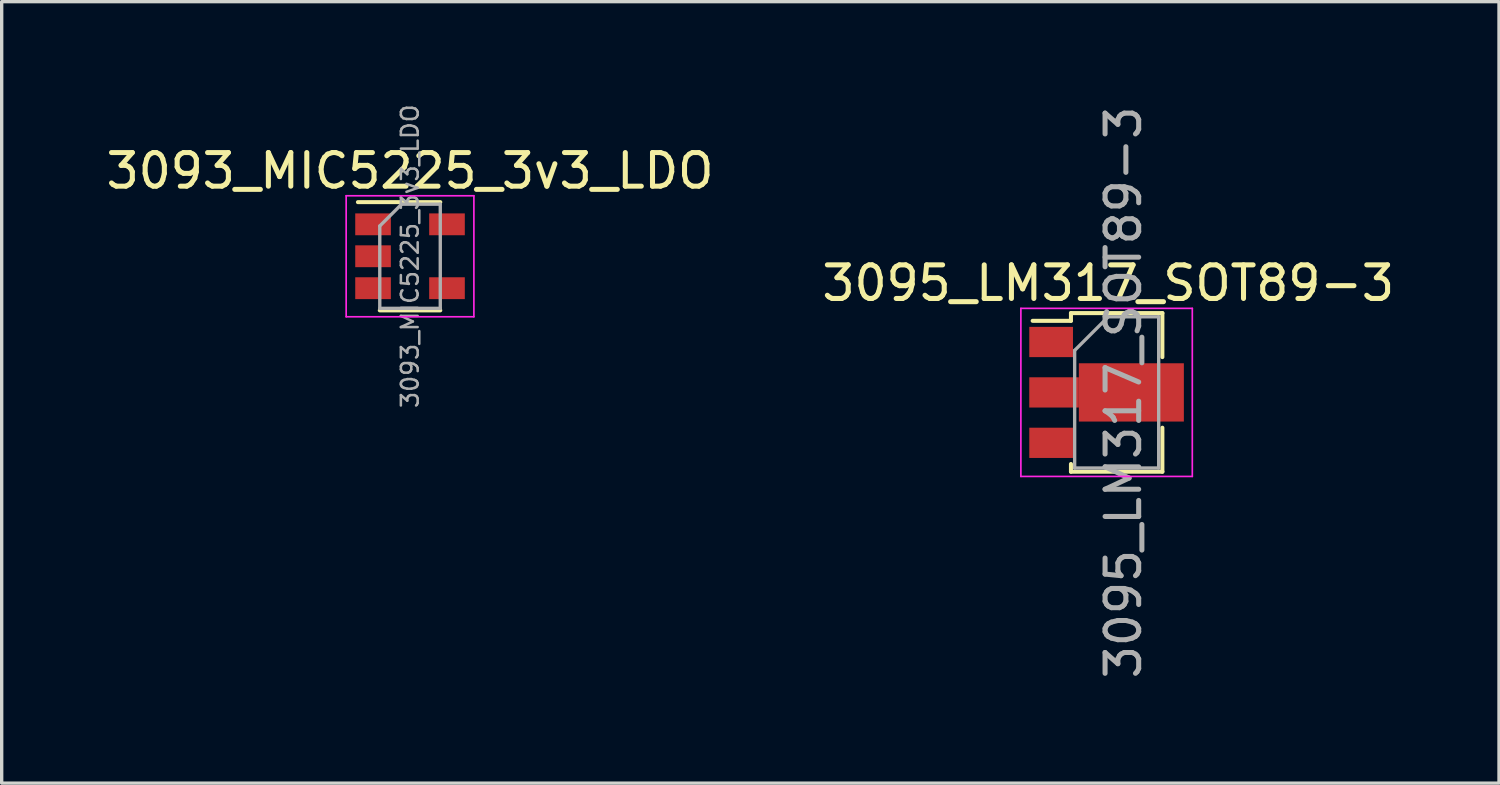
<source format=kicad_pcb>
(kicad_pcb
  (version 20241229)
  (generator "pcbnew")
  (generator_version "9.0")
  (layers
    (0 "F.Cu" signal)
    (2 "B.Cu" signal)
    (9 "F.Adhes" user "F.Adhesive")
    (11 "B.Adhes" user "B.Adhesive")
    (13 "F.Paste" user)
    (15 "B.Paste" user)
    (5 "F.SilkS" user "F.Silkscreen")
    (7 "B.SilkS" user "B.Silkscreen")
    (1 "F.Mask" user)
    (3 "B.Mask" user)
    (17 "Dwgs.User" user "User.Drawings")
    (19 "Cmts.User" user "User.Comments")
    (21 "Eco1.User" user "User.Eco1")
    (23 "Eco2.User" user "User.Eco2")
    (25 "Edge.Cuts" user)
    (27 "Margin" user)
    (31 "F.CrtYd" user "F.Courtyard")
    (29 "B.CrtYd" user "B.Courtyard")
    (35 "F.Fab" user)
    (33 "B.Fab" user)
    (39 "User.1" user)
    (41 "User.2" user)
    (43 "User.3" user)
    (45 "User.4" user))
  (footprint "3095_LM317_SOT89-3"
    (layer "F.Cu")
    (at 29.973 8.575)
    (property "Reference" "3095_LM317_SOT89-3" (at -0.05 -3.2 0) (layer "F.SilkS") (effects (font (size 1 1) (thickness 0.15))))
    (attr smd)
    (fp_line (start -2.3 -2.08) (end -1.16 -2.08) (stroke (width 0.12) (type solid)) (layer "F.SilkS"))
    (fp_line (start -1.16 -2.31) (end -1.16 -2.08) (stroke (width 0.12) (type solid)) (layer "F.SilkS"))
    (fp_line (start -1.16 -2.31) (end 1.56 -2.31) (stroke (width 0.12) (type solid)) (layer "F.SilkS"))
    (fp_line (start -1.16 2.41) (end -1.16 2.18) (stroke (width 0.12) (type solid)) (layer "F.SilkS"))
    (fp_line (start 1.56 -2.31) (end 1.56 -1) (stroke (width 0.12) (type solid)) (layer "F.SilkS"))
    (fp_line (start 1.56 1.1) (end 1.56 2.41) (stroke (width 0.12) (type solid)) (layer "F.SilkS"))
    (fp_line (start 1.56 2.41) (end -1.16 2.41) (stroke (width 0.12) (type solid)) (layer "F.SilkS"))
    (fp_line (start -2.65 2.55) (end -2.65 -2.45) (stroke (width 0.05) (type solid)) (layer "F.CrtYd"))
    (fp_line (start -2.65 2.55) (end 2.45 2.55) (stroke (width 0.05) (type solid)) (layer "F.CrtYd"))
    (fp_line (start 2.45 -2.45) (end -2.65 -2.45) (stroke (width 0.05) (type solid)) (layer "F.CrtYd"))
    (fp_line (start 2.45 -2.45) (end 2.45 2.55) (stroke (width 0.05) (type solid)) (layer "F.CrtYd"))
    (fp_line (start -1.05 -1.2) (end -0.05 -2.2) (stroke (width 0.1) (type solid)) (layer "F.Fab"))
    (fp_line (start -1.05 2.3) (end -1.05 -1.2) (stroke (width 0.1) (type solid)) (layer "F.Fab"))
    (fp_line (start -0.05 -2.2) (end 1.45 -2.2) (stroke (width 0.1) (type solid)) (layer "F.Fab"))
    (fp_line (start 1.45 -2.2) (end 1.45 2.3) (stroke (width 0.1) (type solid)) (layer "F.Fab"))
    (fp_line (start 1.45 2.3) (end -1.05 2.3) (stroke (width 0.1) (type solid)) (layer "F.Fab"))
    (fp_text user "${REFERENCE}" (at 0.4 0.05 90) (layer "F.Fab") (effects (font (size 1 1) (thickness 0.15))))
    (pad "1" smd rect (at -1.75 -1.45) (size 1.3 0.9) (layers "F.Cu" "F.Mask" "F.Paste"))
    (pad "2" smd custom (at -1.663 0.05) (size 1.475 0.9) (layers "F.Cu" "F.Mask" "F.Paste") (options (anchor rect)) (primitives (gr_poly (pts (xy 0.738 -0.867) (xy 3.862 -0.867) (xy 3.862 0.867) (xy 0.738 0.867)) (width 0) (fill yes))))
    (pad "3" smd rect (at -1.75 1.55) (size 1.3 0.9) (layers "F.Cu" "F.Mask" "F.Paste")))
  (footprint "3093_MIC5225_3v3_LDO"
    (layer "F.Cu")
    (at 9.149 4.574)
    (property "Reference" "3093_MIC5225_3v3_LDO" (at 0 -2.54 0) (layer "F.SilkS") (effects (font (size 1 1) (thickness 0.15))))
    (attr through_hole)
    (fp_line (start -0.9 1.61) (end 0.9 1.61) (stroke (width 0.12) (type solid)) (layer "F.SilkS"))
    (fp_line (start 0.9 -1.61) (end -1.55 -1.61) (stroke (width 0.12) (type solid)) (layer "F.SilkS"))
    (fp_line (start -1.9 -1.8) (end 1.9 -1.8) (stroke (width 0.05) (type solid)) (layer "F.CrtYd"))
    (fp_line (start -1.9 1.8) (end -1.9 -1.8) (stroke (width 0.05) (type solid)) (layer "F.CrtYd"))
    (fp_line (start 1.9 -1.8) (end 1.9 1.8) (stroke (width 0.05) (type solid)) (layer "F.CrtYd"))
    (fp_line (start 1.9 1.8) (end -1.9 1.8) (stroke (width 0.05) (type solid)) (layer "F.CrtYd"))
    (fp_line (start -0.9 -0.9) (end -0.9 1.55) (stroke (width 0.1) (type solid)) (layer "F.Fab"))
    (fp_line (start -0.9 -0.9) (end -0.25 -1.55) (stroke (width 0.1) (type solid)) (layer "F.Fab"))
    (fp_line (start 0.9 -1.55) (end -0.25 -1.55) (stroke (width 0.1) (type solid)) (layer "F.Fab"))
    (fp_line (start 0.9 -1.55) (end 0.9 1.55) (stroke (width 0.1) (type solid)) (layer "F.Fab"))
    (fp_line (start 0.9 1.55) (end -0.9 1.55) (stroke (width 0.1) (type solid)) (layer "F.Fab"))
    (fp_text user "${REFERENCE}" (at 0 0 90) (layer "F.Fab") (effects (font (size 0.5 0.5) (thickness 0.075))))
    (pad "1" smd rect (at -1.1 -0.95) (size 1.06 0.65) (layers "F.Cu" "F.Mask" "F.Paste"))
    (pad "2" smd rect (at -1.1 0) (size 1.06 0.65) (layers "F.Cu" "F.Mask" "F.Paste"))
    (pad "3" smd rect (at -1.1 0.95) (size 1.06 0.65) (layers "F.Cu" "F.Mask" "F.Paste"))
    (pad "4" smd rect (at 1.1 0.95) (size 1.06 0.65) (layers "F.Cu" "F.Mask" "F.Paste"))
    (pad "5" smd rect (at 1.1 -0.95) (size 1.06 0.65) (layers "F.Cu" "F.Mask" "F.Paste")))
  (gr_rect
    (start -3 -3)
    (end 41.548 20.25)
    (stroke (width 0.1) (type default))
    (fill no)
    (layer "Edge.Cuts")))
</source>
